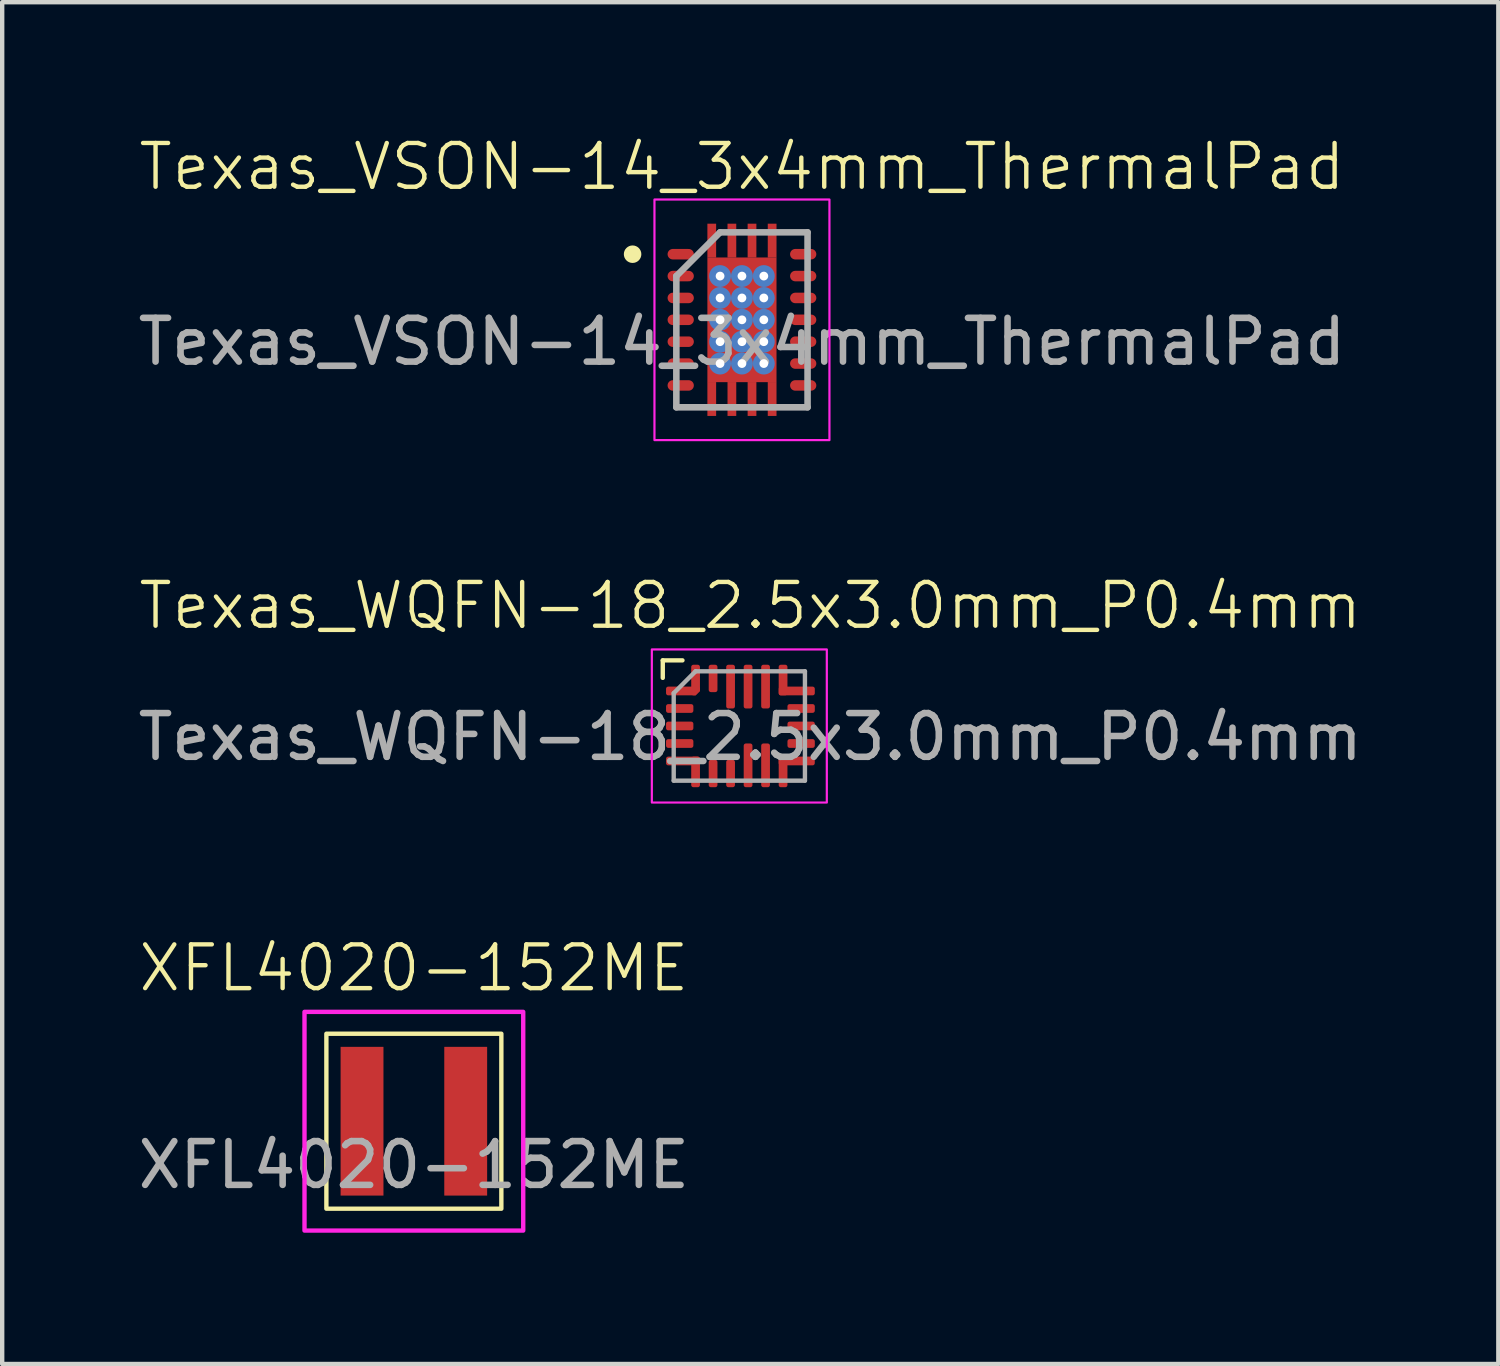
<source format=kicad_pcb>
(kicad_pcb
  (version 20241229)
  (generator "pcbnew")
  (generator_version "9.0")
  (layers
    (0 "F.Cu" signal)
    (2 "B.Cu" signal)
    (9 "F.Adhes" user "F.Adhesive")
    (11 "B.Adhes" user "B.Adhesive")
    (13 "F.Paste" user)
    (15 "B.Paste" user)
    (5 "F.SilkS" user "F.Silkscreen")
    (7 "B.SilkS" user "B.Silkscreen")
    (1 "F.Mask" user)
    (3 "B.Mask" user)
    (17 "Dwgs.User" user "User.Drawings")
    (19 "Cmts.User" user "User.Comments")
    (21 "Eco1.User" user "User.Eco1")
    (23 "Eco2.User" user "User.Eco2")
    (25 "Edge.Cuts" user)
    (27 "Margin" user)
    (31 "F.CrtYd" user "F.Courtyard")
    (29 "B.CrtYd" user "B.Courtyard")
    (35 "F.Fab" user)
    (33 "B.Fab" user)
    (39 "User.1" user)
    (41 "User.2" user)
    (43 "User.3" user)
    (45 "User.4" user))
  (footprint "Texas_WQFN-18_2.5x3.0mm_P0.4mm"
    (layer "F.Cu")
    (at 13.851 13.546)
    (property "Reference" "Texas_WQFN-18_2.5x3.0mm_P0.4mm" (at 0.25 -2.75 0) (unlocked yes) (layer "F.SilkS") (effects (font (size 1 1) (thickness 0.1))))
    (attr smd)
    (fp_line (start -1.75 -1.5) (end -1.75 -1.1) (stroke (width 0.1) (type default)) (layer "F.SilkS"))
    (fp_line (start -1.3 -1.5) (end -1.75 -1.5) (stroke (width 0.1) (type default)) (layer "F.SilkS"))
    (fp_rect (start -2 -1.75) (end 2 1.75) (stroke (width 0.05) (type default)) (fill no) (layer "F.CrtYd"))
    (fp_line (start -1.5 -0.75) (end -1.5 1.25) (stroke (width 0.1) (type default)) (layer "F.Fab"))
    (fp_line (start -1.5 -0.75) (end -1 -1.25) (stroke (width 0.1) (type default)) (layer "F.Fab"))
    (fp_line (start -1.5 1.25) (end 1.5 1.25) (stroke (width 0.1) (type default)) (layer "F.Fab"))
    (fp_line (start 1.5 -1.25) (end -1 -1.25) (stroke (width 0.1) (type default)) (layer "F.Fab"))
    (fp_line (start 1.5 1.25) (end 1.5 -1.25) (stroke (width 0.1) (type default)) (layer "F.Fab"))
    (fp_text user "${REFERENCE}" (at 0.25 0.25 0) (unlocked yes) (layer "F.Fab") (effects (font (size 1 1) (thickness 0.15))))
    (pad "1" smd roundrect (at -1.288 -0.8 90) (size 0.2 0.775) (layers "F.Cu" "F.Mask" "F.Paste") (roundrect_rratio 0.25) (chamfer_ratio 0.5) (chamfer bottom_left))
    (pad "1" smd roundrect (at -1 -1.05) (size 0.2 0.7) (layers "F.Cu" "F.Mask" "F.Paste") (roundrect_rratio 0.25) (chamfer_ratio 0.5) (chamfer bottom_right))
    (pad "2" smd roundrect (at -1.363 -0.4 90) (size 0.2 0.625) (layers "F.Cu" "F.Mask" "F.Paste") (roundrect_rratio 0.25))
    (pad "3" smd roundrect (at -1.363 0 90) (size 0.2 0.625) (layers "F.Cu" "F.Mask" "F.Paste") (roundrect_rratio 0.25))
    (pad "4" smd roundrect (at -1.363 0.4 90) (size 0.2 0.625) (layers "F.Cu" "F.Mask" "F.Paste") (roundrect_rratio 0.25))
    (pad "5" smd roundrect (at -1.288 0.8 90) (size 0.2 0.775) (layers "F.Cu" "F.Mask" "F.Paste") (roundrect_rratio 0.25))
    (pad "5" smd roundrect (at -1 1.05) (size 0.2 0.7) (layers "F.Cu" "F.Mask" "F.Paste") (roundrect_rratio 0.25))
    (pad "6" smd roundrect (at -0.6 1.087 180) (size 0.2 0.625) (layers "F.Cu" "F.Mask" "F.Paste") (roundrect_rratio 0.25))
    (pad "7" smd roundrect (at -0.2 1.087 180) (size 0.2 0.625) (layers "F.Cu" "F.Mask" "F.Paste") (roundrect_rratio 0.25))
    (pad "8" smd roundrect (at 0.2 0.9) (size 0.2 1) (layers "F.Cu" "F.Mask" "F.Paste") (roundrect_rratio 0.25))
    (pad "9" smd roundrect (at 0.6 0.9) (size 0.2 1) (layers "F.Cu" "F.Mask" "F.Paste") (roundrect_rratio 0.25))
    (pad "10" smd roundrect (at 1 1.05) (size 0.2 0.7) (layers "F.Cu" "F.Mask" "F.Paste") (roundrect_rratio 0.25))
    (pad "10" smd roundrect (at 1.312 0.8 90) (size 0.2 0.825) (layers "F.Cu" "F.Mask" "F.Paste") (roundrect_rratio 0.25))
    (pad "11" smd roundrect (at 1.413 0.4 90) (size 0.2 0.625) (layers "F.Cu" "F.Mask" "F.Paste") (roundrect_rratio 0.25))
    (pad "12" smd roundrect (at 1.413 0 90) (size 0.2 0.625) (layers "F.Cu" "F.Mask" "F.Paste") (roundrect_rratio 0.25))
    (pad "13" smd roundrect (at 1.413 -0.4 90) (size 0.2 0.625) (layers "F.Cu" "F.Mask" "F.Paste") (roundrect_rratio 0.25))
    (pad "14" smd roundrect (at 1 -1.05) (size 0.2 0.7) (layers "F.Cu" "F.Mask" "F.Paste") (roundrect_rratio 0.25))
    (pad "14" smd roundrect (at 1.313 -0.8 90) (size 0.2 0.825) (layers "F.Cu" "F.Mask" "F.Paste") (roundrect_rratio 0.25))
    (pad "15" smd roundrect (at 0.6 -0.9) (size 0.2 1) (layers "F.Cu" "F.Mask" "F.Paste") (roundrect_rratio 0.25))
    (pad "16" smd roundrect (at 0.2 -0.9) (size 0.2 1) (layers "F.Cu" "F.Mask" "F.Paste") (roundrect_rratio 0.25))
    (pad "17" smd roundrect (at -0.2 -0.9) (size 0.2 1) (layers "F.Cu" "F.Mask" "F.Paste") (roundrect_rratio 0.25))
    (pad "18" smd roundrect (at -0.6 -1.087 180) (size 0.2 0.625) (layers "F.Cu" "F.Mask" "F.Paste") (roundrect_rratio 0.25)))
  (footprint "Texas_VSON-14_3x4mm_ThermalPad"
    (layer "F.Cu")
    (at 13.911 4.261)
    (property "Reference" "Texas_VSON-14_3x4mm_ThermalPad" (at 0 -3.5 0) (unlocked yes) (layer "F.SilkS") (effects (font (size 1 1) (thickness 0.1))))
    (attr smd)
    (fp_line (start -1.5 2) (end -1 2) (stroke (width 0.1) (type default)) (layer "F.SilkS"))
    (fp_line (start 1.5 -2) (end 1 -2) (stroke (width 0.1) (type default)) (layer "F.SilkS"))
    (fp_line (start 1.5 2) (end 1 2) (stroke (width 0.1) (type default)) (layer "F.SilkS"))
    (fp_circle (center -2.5 -1.5) (end -2.3 -1.5) (stroke (width 0) (type solid)) (fill yes) (layer "F.SilkS"))
    (fp_rect (start -2 -2.75) (end 2 2.75) (stroke (width 0.05) (type default)) (fill no) (layer "F.CrtYd"))
    (fp_line (start -1.5 -1) (end -0.5 -2) (stroke (width 0.15) (type solid)) (layer "F.Fab"))
    (fp_line (start -1.5 2) (end -1.5 -1) (stroke (width 0.15) (type solid)) (layer "F.Fab"))
    (fp_line (start -0.5 -2) (end 1.5 -2) (stroke (width 0.15) (type solid)) (layer "F.Fab"))
    (fp_line (start 1.5 -2) (end 1.5 2) (stroke (width 0.15) (type solid)) (layer "F.Fab"))
    (fp_line (start 1.5 2) (end -1.5 2) (stroke (width 0.15) (type solid)) (layer "F.Fab"))
    (fp_text user "${REFERENCE}" (at 0 0.5 0) (unlocked yes) (layer "F.Fab") (effects (font (size 1 1) (thickness 0.15))))
    (pad "1" smd oval (at -1.4 -1.5) (size 0.6 0.24) (layers "F.Cu" "F.Mask" "F.Paste"))
    (pad "2" smd oval (at -1.4 -1) (size 0.6 0.24) (layers "F.Cu" "F.Mask" "F.Paste"))
    (pad "3" smd oval (at -1.4 -0.5) (size 0.6 0.24) (layers "F.Cu" "F.Mask" "F.Paste"))
    (pad "4" smd oval (at -1.4 0) (size 0.6 0.24) (layers "F.Cu" "F.Mask" "F.Paste"))
    (pad "5" smd oval (at -1.4 0.5) (size 0.6 0.24) (layers "F.Cu" "F.Mask" "F.Paste"))
    (pad "6" smd oval (at -1.4 1) (size 0.6 0.24) (layers "F.Cu" "F.Mask" "F.Paste"))
    (pad "7" smd oval (at -1.4 1.5) (size 0.6 0.24) (layers "F.Cu" "F.Mask" "F.Paste"))
    (pad "8" smd oval (at 1.4 1.5) (size 0.6 0.24) (layers "F.Cu" "F.Mask" "F.Paste"))
    (pad "9" smd oval (at 1.4 1) (size 0.6 0.24) (layers "F.Cu" "F.Mask" "F.Paste"))
    (pad "10" smd oval (at 1.4 0.5) (size 0.6 0.24) (layers "F.Cu" "F.Mask" "F.Paste"))
    (pad "11" smd oval (at 1.4 0) (size 0.6 0.24) (layers "F.Cu" "F.Mask" "F.Paste"))
    (pad "12" smd oval (at 1.4 -0.5) (size 0.6 0.24) (layers "F.Cu" "F.Mask" "F.Paste"))
    (pad "13" smd oval (at 1.4 -1) (size 0.6 0.24) (layers "F.Cu" "F.Mask" "F.Paste"))
    (pad "14" smd oval (at 1.4 -1.5) (size 0.6 0.24) (layers "F.Cu" "F.Mask" "F.Paste"))
    (pad "15" smd rect (at -0.69 -1.81) (size 0.2 0.775) (layers "F.Cu" "F.Mask" "F.Paste"))
    (pad "15" smd rect (at -0.69 1.81) (size 0.2 0.775) (layers "F.Cu" "F.Mask" "F.Paste"))
    (pad "15" thru_hole circle (at -0.5 -1) (size 0.5 0.5) (drill 0.2) (layers "*.Cu"))
    (pad "15" thru_hole circle (at -0.5 -0.5) (size 0.5 0.5) (drill 0.2) (layers "*.Cu"))
    (pad "15" thru_hole circle (at -0.5 0) (size 0.5 0.5) (drill 0.2) (layers "*.Cu"))
    (pad "15" thru_hole circle (at -0.5 0.5) (size 0.5 0.5) (drill 0.2) (layers "*.Cu"))
    (pad "15" thru_hole circle (at -0.5 1) (size 0.5 0.5) (drill 0.2) (layers "*.Cu"))
    (pad "15" smd rect (at -0.23 -1.81) (size 0.2 0.775) (layers "F.Cu" "F.Mask" "F.Paste"))
    (pad "15" smd rect (at -0.23 1.81) (size 0.2 0.775) (layers "F.Cu" "F.Mask" "F.Paste"))
    (pad "15" thru_hole circle (at 0 -1) (size 0.5 0.5) (drill 0.2) (layers "*.Cu"))
    (pad "15" thru_hole circle (at 0 -0.5) (size 0.5 0.5) (drill 0.2) (layers "*.Cu"))
    (pad "15" thru_hole circle (at 0 0) (size 0.5 0.5) (drill 0.2) (layers "*.Cu"))
    (pad "15" smd custom (at 0 0) (size 1.58 2.85) (layers "F.Cu" "F.Mask" "F.Paste") (options (anchor rect)) (primitives))
    (pad "15" thru_hole circle (at 0 0.5) (size 0.5 0.5) (drill 0.2) (layers "*.Cu"))
    (pad "15" thru_hole circle (at 0 1) (size 0.5 0.5) (drill 0.2) (layers "*.Cu"))
    (pad "15" smd rect (at 0.23 -1.81) (size 0.2 0.775) (layers "F.Cu" "F.Mask" "F.Paste"))
    (pad "15" smd rect (at 0.23 1.81) (size 0.2 0.775) (layers "F.Cu" "F.Mask" "F.Paste"))
    (pad "15" thru_hole circle (at 0.5 -1) (size 0.5 0.5) (drill 0.2) (layers "*.Cu"))
    (pad "15" thru_hole circle (at 0.5 -0.5) (size 0.5 0.5) (drill 0.2) (layers "*.Cu"))
    (pad "15" thru_hole circle (at 0.5 0) (size 0.5 0.5) (drill 0.2) (layers "*.Cu"))
    (pad "15" thru_hole circle (at 0.5 0.5) (size 0.5 0.5) (drill 0.2) (layers "*.Cu"))
    (pad "15" thru_hole circle (at 0.5 1) (size 0.5 0.5) (drill 0.2) (layers "*.Cu"))
    (pad "15" smd rect (at 0.69 -1.81) (size 0.2 0.775) (layers "F.Cu" "F.Mask" "F.Paste"))
    (pad "15" smd rect (at 0.69 1.81) (size 0.2 0.775) (layers "F.Cu" "F.Mask" "F.Paste")))
  (footprint "XFL4020-152ME"
    (layer "F.Cu")
    (at 6.411 22.581)
    (property "Reference" "XFL4020-152ME" (at 0 -3.5 0) (unlocked yes) (layer "F.SilkS") (effects (font (size 1 1) (thickness 0.1))))
    (attr smd)
    (fp_rect (start -2 -2) (end 2 2) (stroke (width 0.1) (type default)) (fill no) (layer "F.SilkS"))
    (fp_rect (start -2.5 -2.5) (end 2.5 2.5) (stroke (width 0.1) (type default)) (fill no) (layer "F.CrtYd"))
    (fp_text user "${REFERENCE}" (at 0 1 0) (unlocked yes) (layer "F.Fab") (effects (font (size 1 1) (thickness 0.15))))
    (pad "1" smd rect (at -1.185 0) (size 0.98 3.4) (layers "F.Cu" "F.Mask" "F.Paste"))
    (pad "2" smd rect (at 1.185 0) (size 0.98 3.4) (layers "F.Cu" "F.Mask" "F.Paste")))
  (gr_rect
    (start -3 -3)
    (end 31.202 28.131)
    (stroke (width 0.1) (type default))
    (fill no)
    (layer "Edge.Cuts")))
</source>
